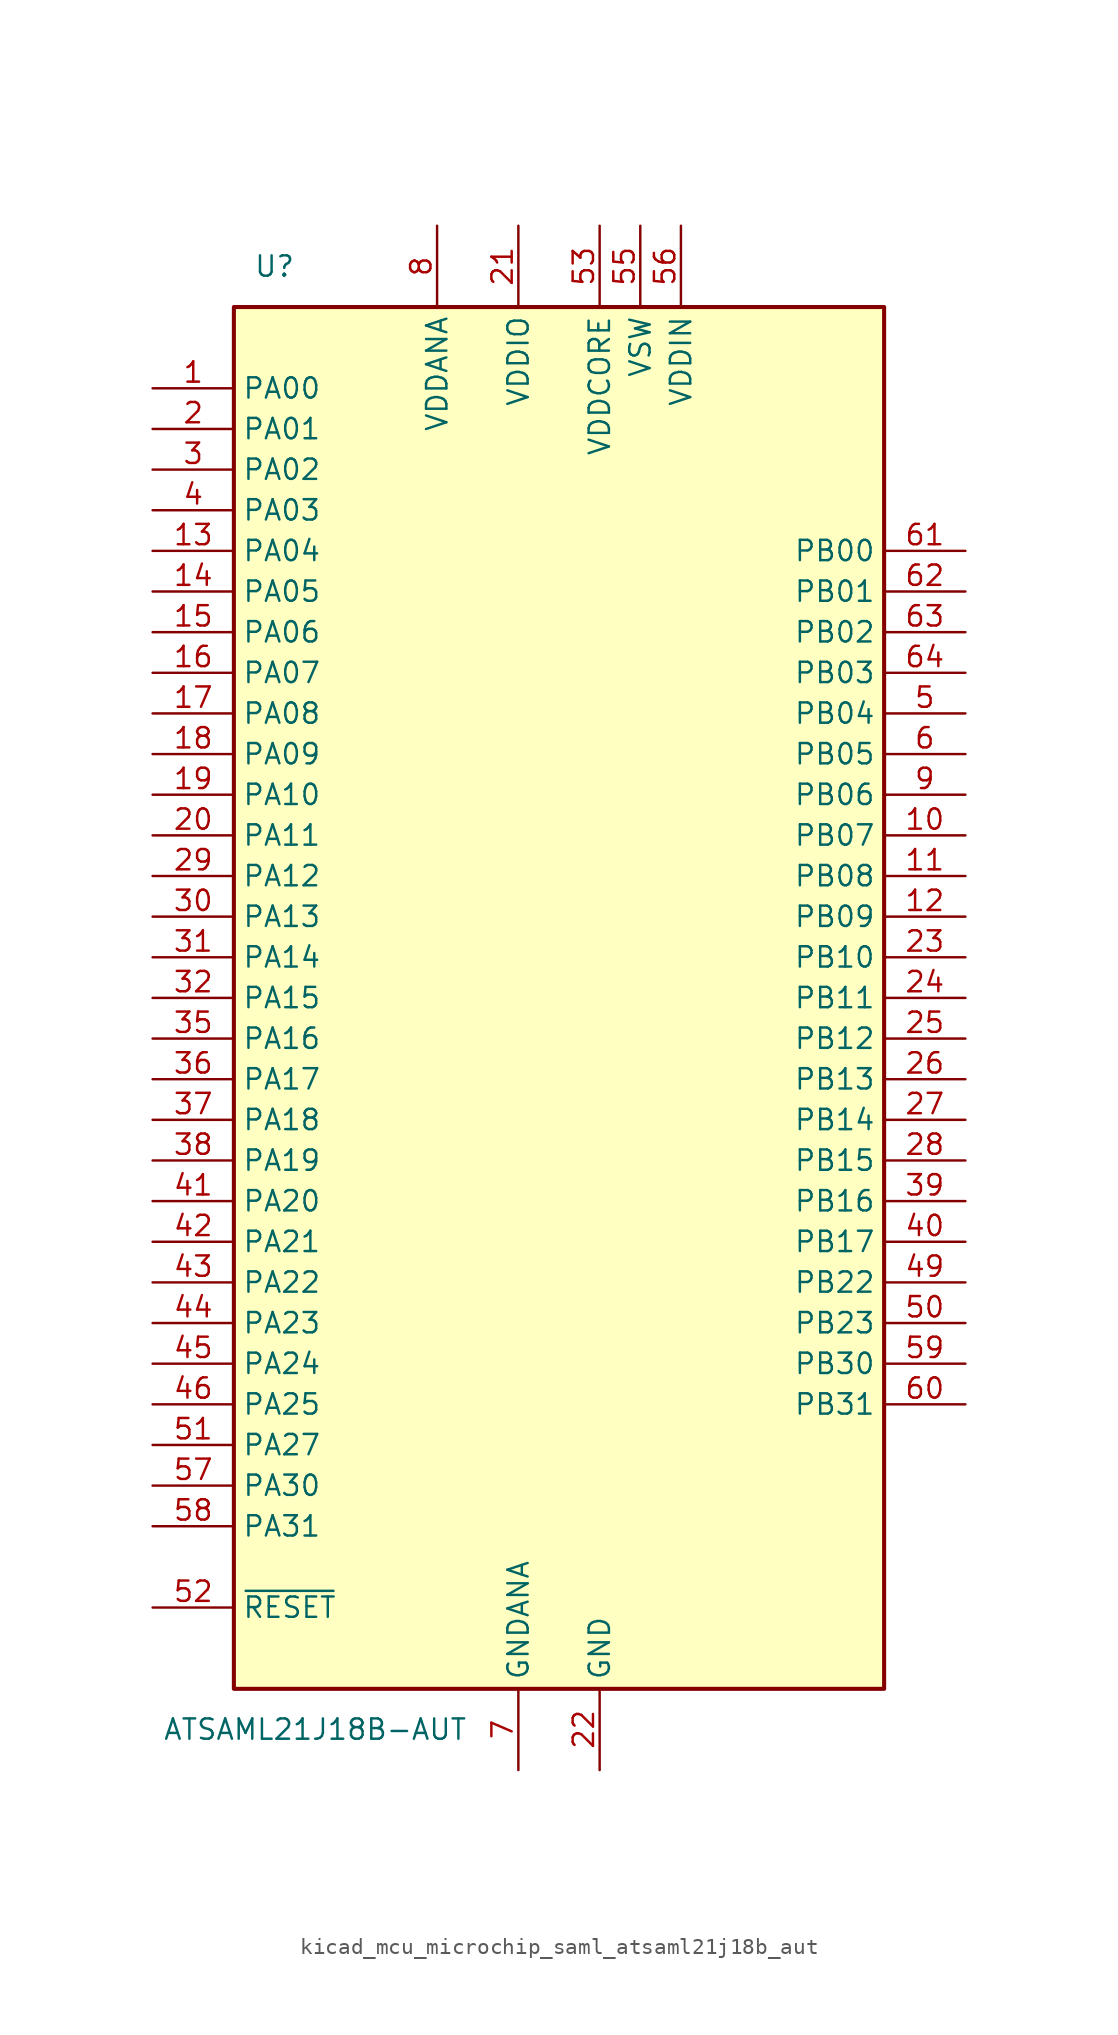
<source format=kicad_sym>
(kicad_symbol_lib
  (version 20220914)
  (generator kicad_symbol_editor)
  (symbol "kicad_mcu_microchip_saml_atsaml21j18b_aut"
    (property "Reference" "U"
      (at -17.78 45.72 0)
      (effects (font (size 1.27 1.27))))
    (property "Value" "ATSAML21J18B-AUT"
      (at -15.24 -45.72 0)
      (effects (font (size 1.27 1.27))))
    (symbol "kicad_mcu_microchip_saml_atsaml21j18b_aut_0_1"
      (rectangle (start -20.32 43.18) (end 20.32 -43.18) (stroke (width 0.254) (type default)) (fill (type background))))
    (symbol "kicad_mcu_microchip_saml_atsaml21j18b_aut_1_1"
      (pin bidirectional line (at -25.4 38.1 0) (length 5.08) (name "PA00" (effects (font (size 1.27 1.27)))) (number "1" (effects (font (size 1.27 1.27)))))
      (pin bidirectional line (at 25.4 10.16 180) (length 5.08) (name "PB07" (effects (font (size 1.27 1.27)))) (number "10" (effects (font (size 1.27 1.27)))))
      (pin bidirectional line (at 25.4 7.62 180) (length 5.08) (name "PB08" (effects (font (size 1.27 1.27)))) (number "11" (effects (font (size 1.27 1.27)))))
      (pin bidirectional line (at 25.4 5.08 180) (length 5.08) (name "PB09" (effects (font (size 1.27 1.27)))) (number "12" (effects (font (size 1.27 1.27)))))
      (pin bidirectional line (at -25.4 27.94 0) (length 5.08) (name "PA04" (effects (font (size 1.27 1.27)))) (number "13" (effects (font (size 1.27 1.27)))))
      (pin bidirectional line (at -25.4 25.4 0) (length 5.08) (name "PA05" (effects (font (size 1.27 1.27)))) (number "14" (effects (font (size 1.27 1.27)))))
      (pin bidirectional line (at -25.4 22.86 0) (length 5.08) (name "PA06" (effects (font (size 1.27 1.27)))) (number "15" (effects (font (size 1.27 1.27)))))
      (pin bidirectional line (at -25.4 20.32 0) (length 5.08) (name "PA07" (effects (font (size 1.27 1.27)))) (number "16" (effects (font (size 1.27 1.27)))))
      (pin bidirectional line (at -25.4 17.78 0) (length 5.08) (name "PA08" (effects (font (size 1.27 1.27)))) (number "17" (effects (font (size 1.27 1.27)))))
      (pin bidirectional line (at -25.4 15.24 0) (length 5.08) (name "PA09" (effects (font (size 1.27 1.27)))) (number "18" (effects (font (size 1.27 1.27)))))
      (pin bidirectional line (at -25.4 12.7 0) (length 5.08) (name "PA10" (effects (font (size 1.27 1.27)))) (number "19" (effects (font (size 1.27 1.27)))))
      (pin bidirectional line (at -25.4 35.56 0) (length 5.08) (name "PA01" (effects (font (size 1.27 1.27)))) (number "2" (effects (font (size 1.27 1.27)))))
      (pin bidirectional line (at -25.4 10.16 0) (length 5.08) (name "PA11" (effects (font (size 1.27 1.27)))) (number "20" (effects (font (size 1.27 1.27)))))
      (pin power_in line (at -2.54 48.26 270) (length 5.08) (name "VDDIO" (effects (font (size 1.27 1.27)))) (number "21" (effects (font (size 1.27 1.27)))))
      (pin power_in line (at 2.54 -48.26 90) (length 5.08) (name "GND" (effects (font (size 1.27 1.27)))) (number "22" (effects (font (size 1.27 1.27)))))
      (pin bidirectional line (at 25.4 2.54 180) (length 5.08) (name "PB10" (effects (font (size 1.27 1.27)))) (number "23" (effects (font (size 1.27 1.27)))))
      (pin bidirectional line (at 25.4 0 180) (length 5.08) (name "PB11" (effects (font (size 1.27 1.27)))) (number "24" (effects (font (size 1.27 1.27)))))
      (pin bidirectional line (at 25.4 -2.54 180) (length 5.08) (name "PB12" (effects (font (size 1.27 1.27)))) (number "25" (effects (font (size 1.27 1.27)))))
      (pin bidirectional line (at 25.4 -5.08 180) (length 5.08) (name "PB13" (effects (font (size 1.27 1.27)))) (number "26" (effects (font (size 1.27 1.27)))))
      (pin bidirectional line (at 25.4 -7.62 180) (length 5.08) (name "PB14" (effects (font (size 1.27 1.27)))) (number "27" (effects (font (size 1.27 1.27)))))
      (pin bidirectional line (at 25.4 -10.16 180) (length 5.08) (name "PB15" (effects (font (size 1.27 1.27)))) (number "28" (effects (font (size 1.27 1.27)))))
      (pin bidirectional line (at -25.4 7.62 0) (length 5.08) (name "PA12" (effects (font (size 1.27 1.27)))) (number "29" (effects (font (size 1.27 1.27)))))
      (pin bidirectional line (at -25.4 33.02 0) (length 5.08) (name "PA02" (effects (font (size 1.27 1.27)))) (number "3" (effects (font (size 1.27 1.27)))))
      (pin bidirectional line (at -25.4 5.08 0) (length 5.08) (name "PA13" (effects (font (size 1.27 1.27)))) (number "30" (effects (font (size 1.27 1.27)))))
      (pin bidirectional line (at -25.4 2.54 0) (length 5.08) (name "PA14" (effects (font (size 1.27 1.27)))) (number "31" (effects (font (size 1.27 1.27)))))
      (pin bidirectional line (at -25.4 0 0) (length 5.08) (name "PA15" (effects (font (size 1.27 1.27)))) (number "32" (effects (font (size 1.27 1.27)))))
      (pin passive line (at 2.54 -48.26 90) (length 5.08) hide (name "GND" (effects (font (size 1.27 1.27)))) (number "33" (effects (font (size 1.27 1.27)))))
      (pin passive line (at -2.54 48.26 270) (length 5.08) hide (name "VDDIO" (effects (font (size 1.27 1.27)))) (number "34" (effects (font (size 1.27 1.27)))))
      (pin bidirectional line (at -25.4 -2.54 0) (length 5.08) (name "PA16" (effects (font (size 1.27 1.27)))) (number "35" (effects (font (size 1.27 1.27)))))
      (pin bidirectional line (at -25.4 -5.08 0) (length 5.08) (name "PA17" (effects (font (size 1.27 1.27)))) (number "36" (effects (font (size 1.27 1.27)))))
      (pin bidirectional line (at -25.4 -7.62 0) (length 5.08) (name "PA18" (effects (font (size 1.27 1.27)))) (number "37" (effects (font (size 1.27 1.27)))))
      (pin bidirectional line (at -25.4 -10.16 0) (length 5.08) (name "PA19" (effects (font (size 1.27 1.27)))) (number "38" (effects (font (size 1.27 1.27)))))
      (pin bidirectional line (at 25.4 -12.7 180) (length 5.08) (name "PB16" (effects (font (size 1.27 1.27)))) (number "39" (effects (font (size 1.27 1.27)))))
      (pin bidirectional line (at -25.4 30.48 0) (length 5.08) (name "PA03" (effects (font (size 1.27 1.27)))) (number "4" (effects (font (size 1.27 1.27)))))
      (pin bidirectional line (at 25.4 -15.24 180) (length 5.08) (name "PB17" (effects (font (size 1.27 1.27)))) (number "40" (effects (font (size 1.27 1.27)))))
      (pin bidirectional line (at -25.4 -12.7 0) (length 5.08) (name "PA20" (effects (font (size 1.27 1.27)))) (number "41" (effects (font (size 1.27 1.27)))))
      (pin bidirectional line (at -25.4 -15.24 0) (length 5.08) (name "PA21" (effects (font (size 1.27 1.27)))) (number "42" (effects (font (size 1.27 1.27)))))
      (pin bidirectional line (at -25.4 -17.78 0) (length 5.08) (name "PA22" (effects (font (size 1.27 1.27)))) (number "43" (effects (font (size 1.27 1.27)))))
      (pin bidirectional line (at -25.4 -20.32 0) (length 5.08) (name "PA23" (effects (font (size 1.27 1.27)))) (number "44" (effects (font (size 1.27 1.27)))))
      (pin bidirectional line (at -25.4 -22.86 0) (length 5.08) (name "PA24" (effects (font (size 1.27 1.27)))) (number "45" (effects (font (size 1.27 1.27)))))
      (pin bidirectional line (at -25.4 -25.4 0) (length 5.08) (name "PA25" (effects (font (size 1.27 1.27)))) (number "46" (effects (font (size 1.27 1.27)))))
      (pin passive line (at 2.54 -48.26 90) (length 5.08) hide (name "GND" (effects (font (size 1.27 1.27)))) (number "47" (effects (font (size 1.27 1.27)))))
      (pin passive line (at -2.54 48.26 270) (length 5.08) hide (name "VDDIO" (effects (font (size 1.27 1.27)))) (number "48" (effects (font (size 1.27 1.27)))))
      (pin bidirectional line (at 25.4 -17.78 180) (length 5.08) (name "PB22" (effects (font (size 1.27 1.27)))) (number "49" (effects (font (size 1.27 1.27)))))
      (pin bidirectional line (at 25.4 17.78 180) (length 5.08) (name "PB04" (effects (font (size 1.27 1.27)))) (number "5" (effects (font (size 1.27 1.27)))))
      (pin bidirectional line (at 25.4 -20.32 180) (length 5.08) (name "PB23" (effects (font (size 1.27 1.27)))) (number "50" (effects (font (size 1.27 1.27)))))
      (pin bidirectional line (at -25.4 -27.94 0) (length 5.08) (name "PA27" (effects (font (size 1.27 1.27)))) (number "51" (effects (font (size 1.27 1.27)))))
      (pin input line (at -25.4 -38.1 0) (length 5.08) (name "~{RESET}" (effects (font (size 1.27 1.27)))) (number "52" (effects (font (size 1.27 1.27)))))
      (pin power_in line (at 2.54 48.26 270) (length 5.08) (name "VDDCORE" (effects (font (size 1.27 1.27)))) (number "53" (effects (font (size 1.27 1.27)))))
      (pin passive line (at 2.54 -48.26 90) (length 5.08) hide (name "GND" (effects (font (size 1.27 1.27)))) (number "54" (effects (font (size 1.27 1.27)))))
      (pin power_out line (at 5.08 48.26 270) (length 5.08) (name "VSW" (effects (font (size 1.27 1.27)))) (number "55" (effects (font (size 1.27 1.27)))))
      (pin power_in line (at 7.62 48.26 270) (length 5.08) (name "VDDIN" (effects (font (size 1.27 1.27)))) (number "56" (effects (font (size 1.27 1.27)))))
      (pin bidirectional line (at -25.4 -30.48 0) (length 5.08) (name "PA30" (effects (font (size 1.27 1.27)))) (number "57" (effects (font (size 1.27 1.27)))))
      (pin bidirectional line (at -25.4 -33.02 0) (length 5.08) (name "PA31" (effects (font (size 1.27 1.27)))) (number "58" (effects (font (size 1.27 1.27)))))
      (pin bidirectional line (at 25.4 -22.86 180) (length 5.08) (name "PB30" (effects (font (size 1.27 1.27)))) (number "59" (effects (font (size 1.27 1.27)))))
      (pin bidirectional line (at 25.4 15.24 180) (length 5.08) (name "PB05" (effects (font (size 1.27 1.27)))) (number "6" (effects (font (size 1.27 1.27)))))
      (pin bidirectional line (at 25.4 -25.4 180) (length 5.08) (name "PB31" (effects (font (size 1.27 1.27)))) (number "60" (effects (font (size 1.27 1.27)))))
      (pin bidirectional line (at 25.4 27.94 180) (length 5.08) (name "PB00" (effects (font (size 1.27 1.27)))) (number "61" (effects (font (size 1.27 1.27)))))
      (pin bidirectional line (at 25.4 25.4 180) (length 5.08) (name "PB01" (effects (font (size 1.27 1.27)))) (number "62" (effects (font (size 1.27 1.27)))))
      (pin bidirectional line (at 25.4 22.86 180) (length 5.08) (name "PB02" (effects (font (size 1.27 1.27)))) (number "63" (effects (font (size 1.27 1.27)))))
      (pin bidirectional line (at 25.4 20.32 180) (length 5.08) (name "PB03" (effects (font (size 1.27 1.27)))) (number "64" (effects (font (size 1.27 1.27)))))
      (pin power_in line (at -2.54 -48.26 90) (length 5.08) (name "GNDANA" (effects (font (size 1.27 1.27)))) (number "7" (effects (font (size 1.27 1.27)))))
      (pin power_in line (at -7.62 48.26 270) (length 5.08) (name "VDDANA" (effects (font (size 1.27 1.27)))) (number "8" (effects (font (size 1.27 1.27)))))
      (pin bidirectional line (at 25.4 12.7 180) (length 5.08) (name "PB06" (effects (font (size 1.27 1.27)))) (number "9" (effects (font (size 1.27 1.27))))))))
</source>
